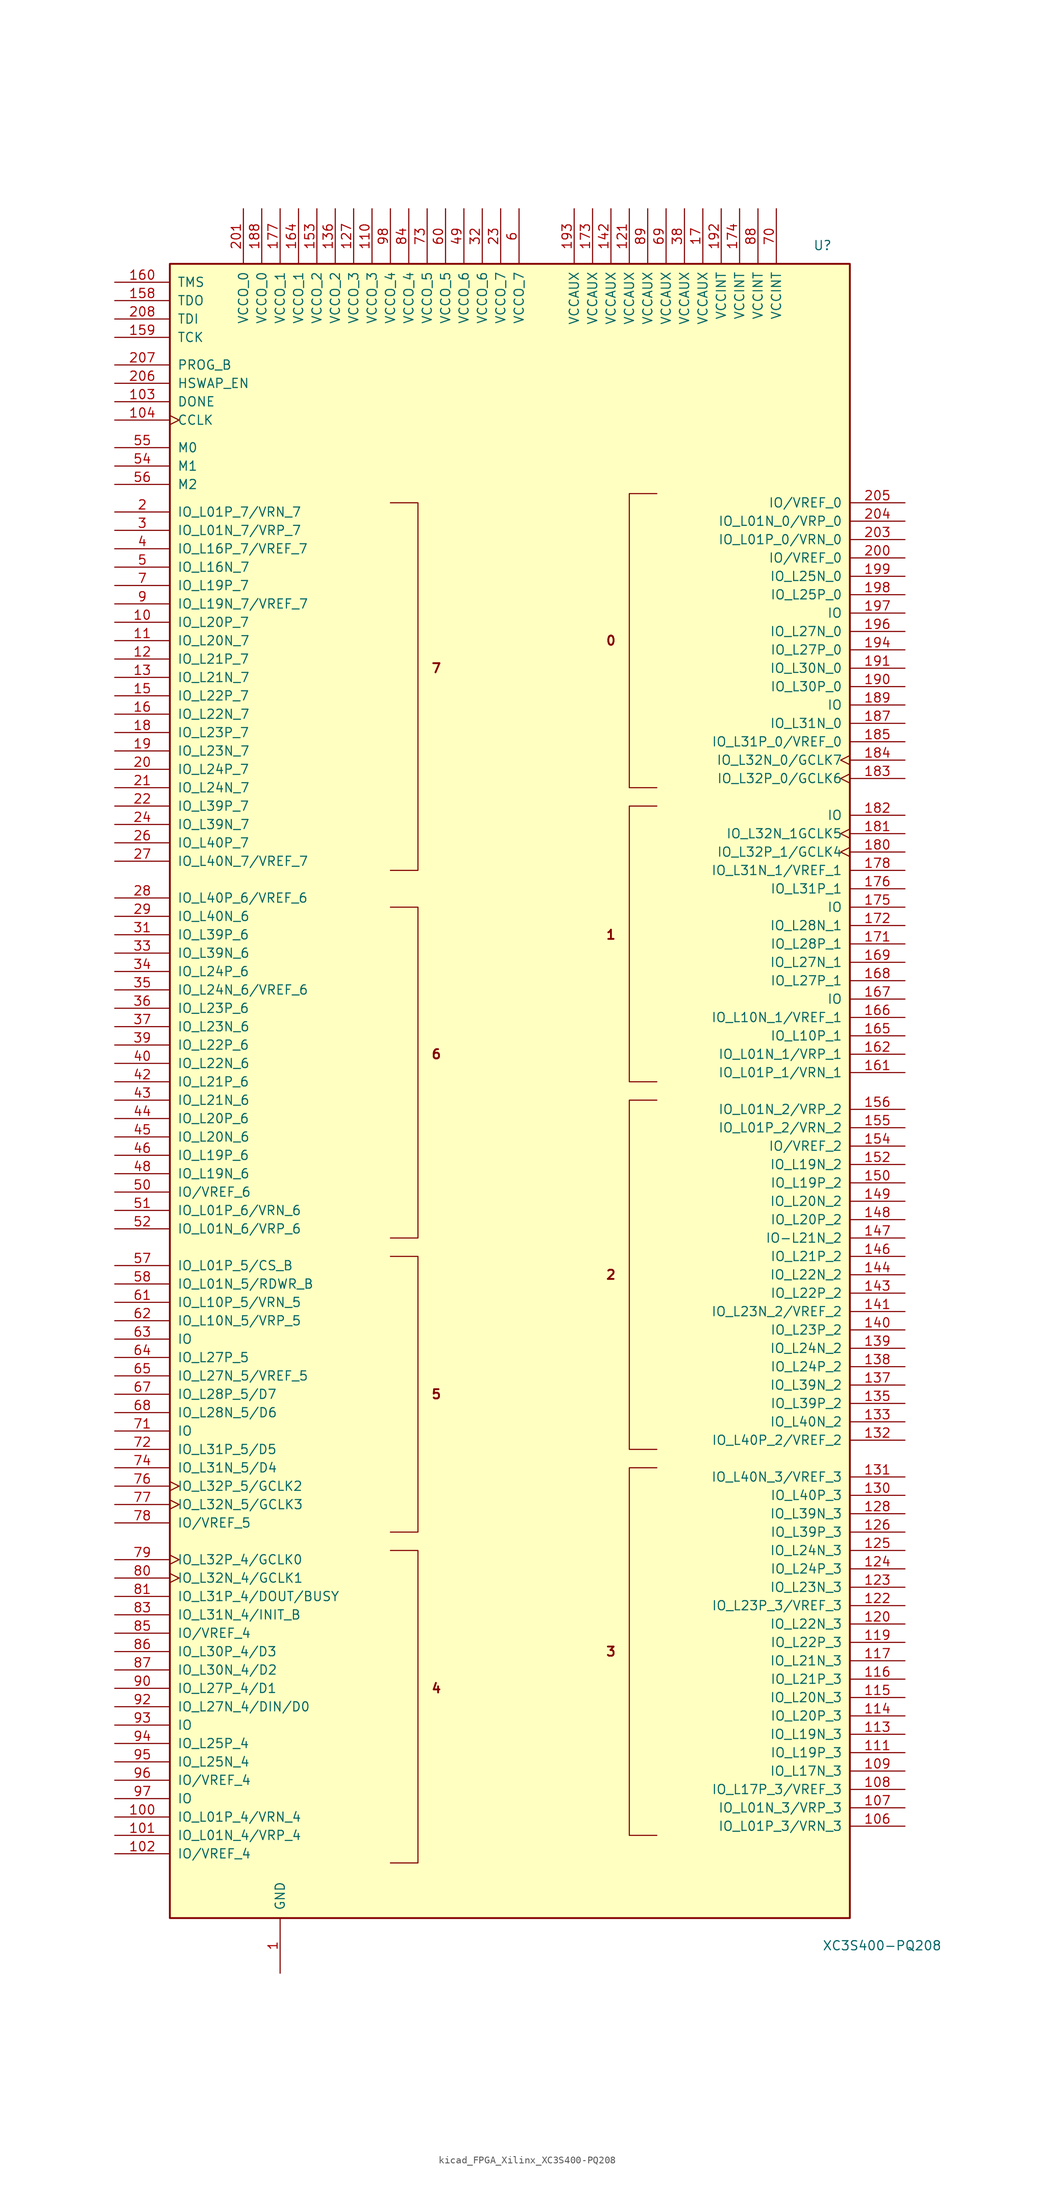
<source format=kicad_sym>
(kicad_symbol_lib
  (version 20220914)
  (generator kicad_symbol_editor)
  (symbol "kicad_FPGA_Xilinx_XC3S400-PQ208"
    (pin_names
      (offset 1.016))
    (property "Reference" "U"
      (at 41.91 116.84 0)
      (effects (font (size 1.27 1.27)) (justify left)))
    (property "Value" "XC3S400-PQ208"
      (at 43.18 -118.11 0)
      (effects (font (size 1.27 1.27)) (justify left)))
    (symbol "kicad_FPGA_Xilinx_XC3S400-PQ208_0_0"
      (text "0" (at 13.97 62.23 0) (effects (font (size 1.27 1.27) bold)))
      (text "1" (at 13.97 21.59 0) (effects (font (size 1.27 1.27) bold)))
      (text "2" (at 13.97 -25.4 0) (effects (font (size 1.27 1.27) bold)))
      (text "3" (at 13.97 -77.47 0) (effects (font (size 1.27 1.27) bold)))
      (text "4" (at -10.16 -82.55 0) (effects (font (size 1.27 1.27) bold)))
      (text "5" (at -10.16 -41.91 0) (effects (font (size 1.27 1.27) bold)))
      (text "6" (at -10.16 5.08 0) (effects (font (size 1.27 1.27) bold)))
      (text "7" (at -10.16 58.42 0) (effects (font (size 1.27 1.27) bold))))
    (symbol "kicad_FPGA_Xilinx_XC3S400-PQ208_0_1"
      (rectangle (start -46.99 114.3) (end 46.99 -114.3) (stroke (width 0.254) (type default)) (fill (type background)))
      (polyline (pts (xy -16.51 -63.5) (xy -12.7 -63.5) (xy -12.7 -106.68) (xy -16.51 -106.68) (xy -15.24 -106.68)) (stroke (width 0) (type default)) (fill (type none)))
      (polyline (pts (xy -16.51 -60.96) (xy -12.7 -60.96) (xy -12.7 -22.86) (xy -16.51 -22.86) (xy -16.51 -22.86)) (stroke (width 0) (type default)) (fill (type none)))
      (polyline (pts (xy -16.51 -20.32) (xy -12.7 -20.32) (xy -12.7 25.4) (xy -16.51 25.4) (xy -16.51 25.4)) (stroke (width 0) (type default)) (fill (type none)))
      (polyline (pts (xy -16.51 30.48) (xy -12.7 30.48) (xy -12.7 81.28) (xy -16.51 81.28) (xy -16.51 81.28)) (stroke (width 0) (type default)) (fill (type none)))
      (polyline (pts (xy 20.32 -52.07) (xy 16.51 -52.07) (xy 16.51 -102.87) (xy 20.32 -102.87) (xy 20.32 -102.87)) (stroke (width 0) (type default)) (fill (type none)))
      (polyline (pts (xy 20.32 -1.27) (xy 16.51 -1.27) (xy 16.51 -49.53) (xy 20.32 -49.53) (xy 20.32 -49.53)) (stroke (width 0) (type default)) (fill (type none)))
      (polyline (pts (xy 20.32 39.37) (xy 16.51 39.37) (xy 16.51 1.27) (xy 20.32 1.27) (xy 20.32 1.27)) (stroke (width 0) (type default)) (fill (type none)))
      (polyline (pts (xy 20.32 82.55) (xy 16.51 82.55) (xy 16.51 41.91) (xy 20.32 41.91) (xy 20.32 41.91)) (stroke (width 0) (type default)) (fill (type none))))
    (symbol "kicad_FPGA_Xilinx_XC3S400-PQ208_1_1"
      (pin power_in line (at -31.75 -121.92 90) (length 7.62) (name "GND" (effects (font (size 1.27 1.27)))) (number "1" (effects (font (size 1.27 1.27)))))
      (pin bidirectional line (at -54.61 64.77 0) (length 7.62) (name "IO_L20P_7" (effects (font (size 1.27 1.27)))) (number "10" (effects (font (size 1.27 1.27)))))
      (pin bidirectional line (at -54.61 -100.33 0) (length 7.62) (name "IO_L01P_4/VRN_4" (effects (font (size 1.27 1.27)))) (number "100" (effects (font (size 1.27 1.27)))))
      (pin bidirectional line (at -54.61 -102.87 0) (length 7.62) (name "IO_L01N_4/VRP_4" (effects (font (size 1.27 1.27)))) (number "101" (effects (font (size 1.27 1.27)))))
      (pin bidirectional line (at -54.61 -105.41 0) (length 7.62) (name "IO/VREF_4" (effects (font (size 1.27 1.27)))) (number "102" (effects (font (size 1.27 1.27)))))
      (pin bidirectional line (at -54.61 95.25 0) (length 7.62) (name "DONE" (effects (font (size 1.27 1.27)))) (number "103" (effects (font (size 1.27 1.27)))))
      (pin bidirectional clock (at -54.61 92.71 0) (length 7.62) (name "CCLK" (effects (font (size 1.27 1.27)))) (number "104" (effects (font (size 1.27 1.27)))))
      (pin passive line (at -31.75 -121.92 90) (length 7.62) hide (name "GND" (effects (font (size 1.27 1.27)))) (number "105" (effects (font (size 1.27 1.27)))))
      (pin bidirectional line (at 54.61 -101.6 180) (length 7.62) (name "IO_L01P_3/VRN_3" (effects (font (size 1.27 1.27)))) (number "106" (effects (font (size 1.27 1.27)))))
      (pin bidirectional line (at 54.61 -99.06 180) (length 7.62) (name "IO_L01N_3/VRP_3" (effects (font (size 1.27 1.27)))) (number "107" (effects (font (size 1.27 1.27)))))
      (pin bidirectional line (at 54.61 -96.52 180) (length 7.62) (name "IO_L17P_3/VREF_3" (effects (font (size 1.27 1.27)))) (number "108" (effects (font (size 1.27 1.27)))))
      (pin bidirectional line (at 54.61 -93.98 180) (length 7.62) (name "IO_L17N_3" (effects (font (size 1.27 1.27)))) (number "109" (effects (font (size 1.27 1.27)))))
      (pin bidirectional line (at -54.61 62.23 0) (length 7.62) (name "IO_L20N_7" (effects (font (size 1.27 1.27)))) (number "11" (effects (font (size 1.27 1.27)))))
      (pin power_in line (at -19.05 121.92 270) (length 7.62) (name "VCCO_3" (effects (font (size 1.27 1.27)))) (number "110" (effects (font (size 1.27 1.27)))))
      (pin bidirectional line (at 54.61 -91.44 180) (length 7.62) (name "IO_L19P_3" (effects (font (size 1.27 1.27)))) (number "111" (effects (font (size 1.27 1.27)))))
      (pin passive line (at -31.75 -121.92 90) (length 7.62) hide (name "GND" (effects (font (size 1.27 1.27)))) (number "112" (effects (font (size 1.27 1.27)))))
      (pin bidirectional line (at 54.61 -88.9 180) (length 7.62) (name "IO_L19N_3" (effects (font (size 1.27 1.27)))) (number "113" (effects (font (size 1.27 1.27)))))
      (pin bidirectional line (at 54.61 -86.36 180) (length 7.62) (name "IO_L20P_3" (effects (font (size 1.27 1.27)))) (number "114" (effects (font (size 1.27 1.27)))))
      (pin bidirectional line (at 54.61 -83.82 180) (length 7.62) (name "IO_L20N_3" (effects (font (size 1.27 1.27)))) (number "115" (effects (font (size 1.27 1.27)))))
      (pin bidirectional line (at 54.61 -81.28 180) (length 7.62) (name "IO_L21P_3" (effects (font (size 1.27 1.27)))) (number "116" (effects (font (size 1.27 1.27)))))
      (pin bidirectional line (at 54.61 -78.74 180) (length 7.62) (name "IO_L21N_3" (effects (font (size 1.27 1.27)))) (number "117" (effects (font (size 1.27 1.27)))))
      (pin passive line (at -31.75 -121.92 90) (length 7.62) hide (name "GND" (effects (font (size 1.27 1.27)))) (number "118" (effects (font (size 1.27 1.27)))))
      (pin bidirectional line (at 54.61 -76.2 180) (length 7.62) (name "IO_L22P_3" (effects (font (size 1.27 1.27)))) (number "119" (effects (font (size 1.27 1.27)))))
      (pin bidirectional line (at -54.61 59.69 0) (length 7.62) (name "IO_L21P_7" (effects (font (size 1.27 1.27)))) (number "12" (effects (font (size 1.27 1.27)))))
      (pin bidirectional line (at 54.61 -73.66 180) (length 7.62) (name "IO_L22N_3" (effects (font (size 1.27 1.27)))) (number "120" (effects (font (size 1.27 1.27)))))
      (pin power_in line (at 16.51 121.92 270) (length 7.62) (name "VCCAUX" (effects (font (size 1.27 1.27)))) (number "121" (effects (font (size 1.27 1.27)))))
      (pin bidirectional line (at 54.61 -71.12 180) (length 7.62) (name "IO_L23P_3/VREF_3" (effects (font (size 1.27 1.27)))) (number "122" (effects (font (size 1.27 1.27)))))
      (pin bidirectional line (at 54.61 -68.58 180) (length 7.62) (name "IO_L23N_3" (effects (font (size 1.27 1.27)))) (number "123" (effects (font (size 1.27 1.27)))))
      (pin bidirectional line (at 54.61 -66.04 180) (length 7.62) (name "IO_L24P_3" (effects (font (size 1.27 1.27)))) (number "124" (effects (font (size 1.27 1.27)))))
      (pin bidirectional line (at 54.61 -63.5 180) (length 7.62) (name "IO_L24N_3" (effects (font (size 1.27 1.27)))) (number "125" (effects (font (size 1.27 1.27)))))
      (pin bidirectional line (at 54.61 -60.96 180) (length 7.62) (name "IO_L39P_3" (effects (font (size 1.27 1.27)))) (number "126" (effects (font (size 1.27 1.27)))))
      (pin power_in line (at -21.59 121.92 270) (length 7.62) (name "VCCO_3" (effects (font (size 1.27 1.27)))) (number "127" (effects (font (size 1.27 1.27)))))
      (pin bidirectional line (at 54.61 -58.42 180) (length 7.62) (name "IO_L39N_3" (effects (font (size 1.27 1.27)))) (number "128" (effects (font (size 1.27 1.27)))))
      (pin passive line (at -31.75 -121.92 90) (length 7.62) hide (name "GND" (effects (font (size 1.27 1.27)))) (number "129" (effects (font (size 1.27 1.27)))))
      (pin bidirectional line (at -54.61 57.15 0) (length 7.62) (name "IO_L21N_7" (effects (font (size 1.27 1.27)))) (number "13" (effects (font (size 1.27 1.27)))))
      (pin bidirectional line (at 54.61 -55.88 180) (length 7.62) (name "IO_L40P_3" (effects (font (size 1.27 1.27)))) (number "130" (effects (font (size 1.27 1.27)))))
      (pin bidirectional line (at 54.61 -53.34 180) (length 7.62) (name "IO_L40N_3/VREF_3" (effects (font (size 1.27 1.27)))) (number "131" (effects (font (size 1.27 1.27)))))
      (pin bidirectional line (at 54.61 -48.26 180) (length 7.62) (name "IO_L40P_2/VREF_2" (effects (font (size 1.27 1.27)))) (number "132" (effects (font (size 1.27 1.27)))))
      (pin bidirectional line (at 54.61 -45.72 180) (length 7.62) (name "IO_L40N_2" (effects (font (size 1.27 1.27)))) (number "133" (effects (font (size 1.27 1.27)))))
      (pin passive line (at -31.75 -121.92 90) (length 7.62) hide (name "GND" (effects (font (size 1.27 1.27)))) (number "134" (effects (font (size 1.27 1.27)))))
      (pin bidirectional line (at 54.61 -43.18 180) (length 7.62) (name "IO_L39P_2" (effects (font (size 1.27 1.27)))) (number "135" (effects (font (size 1.27 1.27)))))
      (pin power_in line (at -24.13 121.92 270) (length 7.62) (name "VCCO_2" (effects (font (size 1.27 1.27)))) (number "136" (effects (font (size 1.27 1.27)))))
      (pin bidirectional line (at 54.61 -40.64 180) (length 7.62) (name "IO_L39N_2" (effects (font (size 1.27 1.27)))) (number "137" (effects (font (size 1.27 1.27)))))
      (pin bidirectional line (at 54.61 -38.1 180) (length 7.62) (name "IO_L24P_2" (effects (font (size 1.27 1.27)))) (number "138" (effects (font (size 1.27 1.27)))))
      (pin bidirectional line (at 54.61 -35.56 180) (length 7.62) (name "IO_L24N_2" (effects (font (size 1.27 1.27)))) (number "139" (effects (font (size 1.27 1.27)))))
      (pin passive line (at -31.75 -121.92 90) (length 7.62) hide (name "GND" (effects (font (size 1.27 1.27)))) (number "14" (effects (font (size 1.27 1.27)))))
      (pin bidirectional line (at 54.61 -33.02 180) (length 7.62) (name "IO_L23P_2" (effects (font (size 1.27 1.27)))) (number "140" (effects (font (size 1.27 1.27)))))
      (pin bidirectional line (at 54.61 -30.48 180) (length 7.62) (name "IO_L23N_2/VREF_2" (effects (font (size 1.27 1.27)))) (number "141" (effects (font (size 1.27 1.27)))))
      (pin power_in line (at 13.97 121.92 270) (length 7.62) (name "VCCAUX" (effects (font (size 1.27 1.27)))) (number "142" (effects (font (size 1.27 1.27)))))
      (pin bidirectional line (at 54.61 -27.94 180) (length 7.62) (name "IO_L22P_2" (effects (font (size 1.27 1.27)))) (number "143" (effects (font (size 1.27 1.27)))))
      (pin bidirectional line (at 54.61 -25.4 180) (length 7.62) (name "IO_L22N_2" (effects (font (size 1.27 1.27)))) (number "144" (effects (font (size 1.27 1.27)))))
      (pin passive line (at -31.75 -121.92 90) (length 7.62) hide (name "GND" (effects (font (size 1.27 1.27)))) (number "145" (effects (font (size 1.27 1.27)))))
      (pin bidirectional line (at 54.61 -22.86 180) (length 7.62) (name "IO_L21P_2" (effects (font (size 1.27 1.27)))) (number "146" (effects (font (size 1.27 1.27)))))
      (pin bidirectional line (at 54.61 -20.32 180) (length 7.62) (name "IO-L21N_2" (effects (font (size 1.27 1.27)))) (number "147" (effects (font (size 1.27 1.27)))))
      (pin bidirectional line (at 54.61 -17.78 180) (length 7.62) (name "IO_L20P_2" (effects (font (size 1.27 1.27)))) (number "148" (effects (font (size 1.27 1.27)))))
      (pin bidirectional line (at 54.61 -15.24 180) (length 7.62) (name "IO_L20N_2" (effects (font (size 1.27 1.27)))) (number "149" (effects (font (size 1.27 1.27)))))
      (pin bidirectional line (at -54.61 54.61 0) (length 7.62) (name "IO_L22P_7" (effects (font (size 1.27 1.27)))) (number "15" (effects (font (size 1.27 1.27)))))
      (pin bidirectional line (at 54.61 -12.7 180) (length 7.62) (name "IO_L19P_2" (effects (font (size 1.27 1.27)))) (number "150" (effects (font (size 1.27 1.27)))))
      (pin passive line (at -31.75 -121.92 90) (length 7.62) hide (name "GND" (effects (font (size 1.27 1.27)))) (number "151" (effects (font (size 1.27 1.27)))))
      (pin bidirectional line (at 54.61 -10.16 180) (length 7.62) (name "IO_L19N_2" (effects (font (size 1.27 1.27)))) (number "152" (effects (font (size 1.27 1.27)))))
      (pin power_in line (at -26.67 121.92 270) (length 7.62) (name "VCCO_2" (effects (font (size 1.27 1.27)))) (number "153" (effects (font (size 1.27 1.27)))))
      (pin bidirectional line (at 54.61 -7.62 180) (length 7.62) (name "IO/VREF_2" (effects (font (size 1.27 1.27)))) (number "154" (effects (font (size 1.27 1.27)))))
      (pin bidirectional line (at 54.61 -5.08 180) (length 7.62) (name "IO_L01P_2/VRN_2" (effects (font (size 1.27 1.27)))) (number "155" (effects (font (size 1.27 1.27)))))
      (pin bidirectional line (at 54.61 -2.54 180) (length 7.62) (name "IO_L01N_2/VRP_2" (effects (font (size 1.27 1.27)))) (number "156" (effects (font (size 1.27 1.27)))))
      (pin passive line (at -31.75 -121.92 90) (length 7.62) hide (name "GND" (effects (font (size 1.27 1.27)))) (number "157" (effects (font (size 1.27 1.27)))))
      (pin bidirectional line (at -54.61 109.22 0) (length 7.62) (name "TDO" (effects (font (size 1.27 1.27)))) (number "158" (effects (font (size 1.27 1.27)))))
      (pin bidirectional line (at -54.61 104.14 0) (length 7.62) (name "TCK" (effects (font (size 1.27 1.27)))) (number "159" (effects (font (size 1.27 1.27)))))
      (pin bidirectional line (at -54.61 52.07 0) (length 7.62) (name "IO_L22N_7" (effects (font (size 1.27 1.27)))) (number "16" (effects (font (size 1.27 1.27)))))
      (pin bidirectional line (at -54.61 111.76 0) (length 7.62) (name "TMS" (effects (font (size 1.27 1.27)))) (number "160" (effects (font (size 1.27 1.27)))))
      (pin bidirectional line (at 54.61 2.54 180) (length 7.62) (name "IO_L01P_1/VRN_1" (effects (font (size 1.27 1.27)))) (number "161" (effects (font (size 1.27 1.27)))))
      (pin bidirectional line (at 54.61 5.08 180) (length 7.62) (name "IO_L01N_1/VRP_1" (effects (font (size 1.27 1.27)))) (number "162" (effects (font (size 1.27 1.27)))))
      (pin passive line (at -31.75 -121.92 90) (length 7.62) hide (name "GND" (effects (font (size 1.27 1.27)))) (number "163" (effects (font (size 1.27 1.27)))))
      (pin power_in line (at -29.21 121.92 270) (length 7.62) (name "VCCO_1" (effects (font (size 1.27 1.27)))) (number "164" (effects (font (size 1.27 1.27)))))
      (pin bidirectional line (at 54.61 7.62 180) (length 7.62) (name "IO_L10P_1" (effects (font (size 1.27 1.27)))) (number "165" (effects (font (size 1.27 1.27)))))
      (pin bidirectional line (at 54.61 10.16 180) (length 7.62) (name "IO_L10N_1/VREF_1" (effects (font (size 1.27 1.27)))) (number "166" (effects (font (size 1.27 1.27)))))
      (pin bidirectional line (at 54.61 12.7 180) (length 7.62) (name "IO" (effects (font (size 1.27 1.27)))) (number "167" (effects (font (size 1.27 1.27)))))
      (pin bidirectional line (at 54.61 15.24 180) (length 7.62) (name "IO_L27P_1" (effects (font (size 1.27 1.27)))) (number "168" (effects (font (size 1.27 1.27)))))
      (pin bidirectional line (at 54.61 17.78 180) (length 7.62) (name "IO_L27N_1" (effects (font (size 1.27 1.27)))) (number "169" (effects (font (size 1.27 1.27)))))
      (pin power_in line (at 26.67 121.92 270) (length 7.62) (name "VCCAUX" (effects (font (size 1.27 1.27)))) (number "17" (effects (font (size 1.27 1.27)))))
      (pin passive line (at -31.75 -121.92 90) (length 7.62) hide (name "GND" (effects (font (size 1.27 1.27)))) (number "170" (effects (font (size 1.27 1.27)))))
      (pin bidirectional line (at 54.61 20.32 180) (length 7.62) (name "IO_L28P_1" (effects (font (size 1.27 1.27)))) (number "171" (effects (font (size 1.27 1.27)))))
      (pin bidirectional line (at 54.61 22.86 180) (length 7.62) (name "IO_L28N_1" (effects (font (size 1.27 1.27)))) (number "172" (effects (font (size 1.27 1.27)))))
      (pin power_in line (at 11.43 121.92 270) (length 7.62) (name "VCCAUX" (effects (font (size 1.27 1.27)))) (number "173" (effects (font (size 1.27 1.27)))))
      (pin power_in line (at 31.75 121.92 270) (length 7.62) (name "VCCINT" (effects (font (size 1.27 1.27)))) (number "174" (effects (font (size 1.27 1.27)))))
      (pin bidirectional line (at 54.61 25.4 180) (length 7.62) (name "IO" (effects (font (size 1.27 1.27)))) (number "175" (effects (font (size 1.27 1.27)))))
      (pin bidirectional line (at 54.61 27.94 180) (length 7.62) (name "IO_L31P_1" (effects (font (size 1.27 1.27)))) (number "176" (effects (font (size 1.27 1.27)))))
      (pin power_in line (at -31.75 121.92 270) (length 7.62) (name "VCCO_1" (effects (font (size 1.27 1.27)))) (number "177" (effects (font (size 1.27 1.27)))))
      (pin bidirectional line (at 54.61 30.48 180) (length 7.62) (name "IO_L31N_1/VREF_1" (effects (font (size 1.27 1.27)))) (number "178" (effects (font (size 1.27 1.27)))))
      (pin passive line (at -31.75 -121.92 90) (length 7.62) hide (name "GND" (effects (font (size 1.27 1.27)))) (number "179" (effects (font (size 1.27 1.27)))))
      (pin bidirectional line (at -54.61 49.53 0) (length 7.62) (name "IO_L23P_7" (effects (font (size 1.27 1.27)))) (number "18" (effects (font (size 1.27 1.27)))))
      (pin bidirectional clock (at 54.61 33.02 180) (length 7.62) (name "IO_L32P_1/GCLK4" (effects (font (size 1.27 1.27)))) (number "180" (effects (font (size 1.27 1.27)))))
      (pin bidirectional clock (at 54.61 35.56 180) (length 7.62) (name "IO_L32N_1GCLK5" (effects (font (size 1.27 1.27)))) (number "181" (effects (font (size 1.27 1.27)))))
      (pin bidirectional line (at 54.61 38.1 180) (length 7.62) (name "IO" (effects (font (size 1.27 1.27)))) (number "182" (effects (font (size 1.27 1.27)))))
      (pin bidirectional clock (at 54.61 43.18 180) (length 7.62) (name "IO_L32P_0/GCLK6" (effects (font (size 1.27 1.27)))) (number "183" (effects (font (size 1.27 1.27)))))
      (pin bidirectional clock (at 54.61 45.72 180) (length 7.62) (name "IO_L32N_0/GCLK7" (effects (font (size 1.27 1.27)))) (number "184" (effects (font (size 1.27 1.27)))))
      (pin bidirectional line (at 54.61 48.26 180) (length 7.62) (name "IO_L31P_0/VREF_0" (effects (font (size 1.27 1.27)))) (number "185" (effects (font (size 1.27 1.27)))))
      (pin passive line (at -31.75 -121.92 90) (length 7.62) hide (name "GND" (effects (font (size 1.27 1.27)))) (number "186" (effects (font (size 1.27 1.27)))))
      (pin bidirectional line (at 54.61 50.8 180) (length 7.62) (name "IO_L31N_0" (effects (font (size 1.27 1.27)))) (number "187" (effects (font (size 1.27 1.27)))))
      (pin power_in line (at -34.29 121.92 270) (length 7.62) (name "VCCO_0" (effects (font (size 1.27 1.27)))) (number "188" (effects (font (size 1.27 1.27)))))
      (pin bidirectional line (at 54.61 53.34 180) (length 7.62) (name "IO" (effects (font (size 1.27 1.27)))) (number "189" (effects (font (size 1.27 1.27)))))
      (pin bidirectional line (at -54.61 46.99 0) (length 7.62) (name "IO_L23N_7" (effects (font (size 1.27 1.27)))) (number "19" (effects (font (size 1.27 1.27)))))
      (pin bidirectional line (at 54.61 55.88 180) (length 7.62) (name "IO_L30P_0" (effects (font (size 1.27 1.27)))) (number "190" (effects (font (size 1.27 1.27)))))
      (pin bidirectional line (at 54.61 58.42 180) (length 7.62) (name "IO_L30N_0" (effects (font (size 1.27 1.27)))) (number "191" (effects (font (size 1.27 1.27)))))
      (pin power_in line (at 29.21 121.92 270) (length 7.62) (name "VCCINT" (effects (font (size 1.27 1.27)))) (number "192" (effects (font (size 1.27 1.27)))))
      (pin power_in line (at 8.89 121.92 270) (length 7.62) (name "VCCAUX" (effects (font (size 1.27 1.27)))) (number "193" (effects (font (size 1.27 1.27)))))
      (pin bidirectional line (at 54.61 60.96 180) (length 7.62) (name "IO_L27P_0" (effects (font (size 1.27 1.27)))) (number "194" (effects (font (size 1.27 1.27)))))
      (pin passive line (at -31.75 -121.92 90) (length 7.62) hide (name "GND" (effects (font (size 1.27 1.27)))) (number "195" (effects (font (size 1.27 1.27)))))
      (pin bidirectional line (at 54.61 63.5 180) (length 7.62) (name "IO_L27N_0" (effects (font (size 1.27 1.27)))) (number "196" (effects (font (size 1.27 1.27)))))
      (pin bidirectional line (at 54.61 66.04 180) (length 7.62) (name "IO" (effects (font (size 1.27 1.27)))) (number "197" (effects (font (size 1.27 1.27)))))
      (pin bidirectional line (at 54.61 68.58 180) (length 7.62) (name "IO_L25P_0" (effects (font (size 1.27 1.27)))) (number "198" (effects (font (size 1.27 1.27)))))
      (pin bidirectional line (at 54.61 71.12 180) (length 7.62) (name "IO_L25N_0" (effects (font (size 1.27 1.27)))) (number "199" (effects (font (size 1.27 1.27)))))
      (pin bidirectional line (at -54.61 80.01 0) (length 7.62) (name "IO_L01P_7/VRN_7" (effects (font (size 1.27 1.27)))) (number "2" (effects (font (size 1.27 1.27)))))
      (pin bidirectional line (at -54.61 44.45 0) (length 7.62) (name "IO_L24P_7" (effects (font (size 1.27 1.27)))) (number "20" (effects (font (size 1.27 1.27)))))
      (pin bidirectional line (at 54.61 73.66 180) (length 7.62) (name "IO/VREF_0" (effects (font (size 1.27 1.27)))) (number "200" (effects (font (size 1.27 1.27)))))
      (pin power_in line (at -36.83 121.92 270) (length 7.62) (name "VCCO_0" (effects (font (size 1.27 1.27)))) (number "201" (effects (font (size 1.27 1.27)))))
      (pin passive line (at -31.75 -121.92 90) (length 7.62) hide (name "GND" (effects (font (size 1.27 1.27)))) (number "202" (effects (font (size 1.27 1.27)))))
      (pin bidirectional line (at 54.61 76.2 180) (length 7.62) (name "IO_L01P_0/VRN_0" (effects (font (size 1.27 1.27)))) (number "203" (effects (font (size 1.27 1.27)))))
      (pin bidirectional line (at 54.61 78.74 180) (length 7.62) (name "IO_L01N_0/VRP_0" (effects (font (size 1.27 1.27)))) (number "204" (effects (font (size 1.27 1.27)))))
      (pin bidirectional line (at 54.61 81.28 180) (length 7.62) (name "IO/VREF_0" (effects (font (size 1.27 1.27)))) (number "205" (effects (font (size 1.27 1.27)))))
      (pin input line (at -54.61 97.79 0) (length 7.62) (name "HSWAP_EN" (effects (font (size 1.27 1.27)))) (number "206" (effects (font (size 1.27 1.27)))))
      (pin input line (at -54.61 100.33 0) (length 7.62) (name "PROG_B" (effects (font (size 1.27 1.27)))) (number "207" (effects (font (size 1.27 1.27)))))
      (pin bidirectional line (at -54.61 106.68 0) (length 7.62) (name "TDI" (effects (font (size 1.27 1.27)))) (number "208" (effects (font (size 1.27 1.27)))))
      (pin bidirectional line (at -54.61 41.91 0) (length 7.62) (name "IO_L24N_7" (effects (font (size 1.27 1.27)))) (number "21" (effects (font (size 1.27 1.27)))))
      (pin bidirectional line (at -54.61 39.37 0) (length 7.62) (name "IO_L39P_7" (effects (font (size 1.27 1.27)))) (number "22" (effects (font (size 1.27 1.27)))))
      (pin power_in line (at -1.27 121.92 270) (length 7.62) (name "VCCO_7" (effects (font (size 1.27 1.27)))) (number "23" (effects (font (size 1.27 1.27)))))
      (pin bidirectional line (at -54.61 36.83 0) (length 7.62) (name "IO_L39N_7" (effects (font (size 1.27 1.27)))) (number "24" (effects (font (size 1.27 1.27)))))
      (pin passive line (at -31.75 -121.92 90) (length 7.62) hide (name "GND" (effects (font (size 1.27 1.27)))) (number "25" (effects (font (size 1.27 1.27)))))
      (pin bidirectional line (at -54.61 34.29 0) (length 7.62) (name "IO_L40P_7" (effects (font (size 1.27 1.27)))) (number "26" (effects (font (size 1.27 1.27)))))
      (pin bidirectional line (at -54.61 31.75 0) (length 7.62) (name "IO_L40N_7/VREF_7" (effects (font (size 1.27 1.27)))) (number "27" (effects (font (size 1.27 1.27)))))
      (pin bidirectional line (at -54.61 26.67 0) (length 7.62) (name "IO_L40P_6/VREF_6" (effects (font (size 1.27 1.27)))) (number "28" (effects (font (size 1.27 1.27)))))
      (pin bidirectional line (at -54.61 24.13 0) (length 7.62) (name "IO_L40N_6" (effects (font (size 1.27 1.27)))) (number "29" (effects (font (size 1.27 1.27)))))
      (pin bidirectional line (at -54.61 77.47 0) (length 7.62) (name "IO_L01N_7/VRP_7" (effects (font (size 1.27 1.27)))) (number "3" (effects (font (size 1.27 1.27)))))
      (pin passive line (at -31.75 -121.92 90) (length 7.62) hide (name "GND" (effects (font (size 1.27 1.27)))) (number "30" (effects (font (size 1.27 1.27)))))
      (pin bidirectional line (at -54.61 21.59 0) (length 7.62) (name "IO_L39P_6" (effects (font (size 1.27 1.27)))) (number "31" (effects (font (size 1.27 1.27)))))
      (pin power_in line (at -3.81 121.92 270) (length 7.62) (name "VCCO_6" (effects (font (size 1.27 1.27)))) (number "32" (effects (font (size 1.27 1.27)))))
      (pin bidirectional line (at -54.61 19.05 0) (length 7.62) (name "IO_L39N_6" (effects (font (size 1.27 1.27)))) (number "33" (effects (font (size 1.27 1.27)))))
      (pin bidirectional line (at -54.61 16.51 0) (length 7.62) (name "IO_L24P_6" (effects (font (size 1.27 1.27)))) (number "34" (effects (font (size 1.27 1.27)))))
      (pin bidirectional line (at -54.61 13.97 0) (length 7.62) (name "IO_L24N_6/VREF_6" (effects (font (size 1.27 1.27)))) (number "35" (effects (font (size 1.27 1.27)))))
      (pin bidirectional line (at -54.61 11.43 0) (length 7.62) (name "IO_L23P_6" (effects (font (size 1.27 1.27)))) (number "36" (effects (font (size 1.27 1.27)))))
      (pin bidirectional line (at -54.61 8.89 0) (length 7.62) (name "IO_L23N_6" (effects (font (size 1.27 1.27)))) (number "37" (effects (font (size 1.27 1.27)))))
      (pin power_in line (at 24.13 121.92 270) (length 7.62) (name "VCCAUX" (effects (font (size 1.27 1.27)))) (number "38" (effects (font (size 1.27 1.27)))))
      (pin bidirectional line (at -54.61 6.35 0) (length 7.62) (name "IO_L22P_6" (effects (font (size 1.27 1.27)))) (number "39" (effects (font (size 1.27 1.27)))))
      (pin bidirectional line (at -54.61 74.93 0) (length 7.62) (name "IO_L16P_7/VREF_7" (effects (font (size 1.27 1.27)))) (number "4" (effects (font (size 1.27 1.27)))))
      (pin bidirectional line (at -54.61 3.81 0) (length 7.62) (name "IO_L22N_6" (effects (font (size 1.27 1.27)))) (number "40" (effects (font (size 1.27 1.27)))))
      (pin passive line (at -31.75 -121.92 90) (length 7.62) hide (name "GND" (effects (font (size 1.27 1.27)))) (number "41" (effects (font (size 1.27 1.27)))))
      (pin bidirectional line (at -54.61 1.27 0) (length 7.62) (name "IO_L21P_6" (effects (font (size 1.27 1.27)))) (number "42" (effects (font (size 1.27 1.27)))))
      (pin bidirectional line (at -54.61 -1.27 0) (length 7.62) (name "IO_L21N_6" (effects (font (size 1.27 1.27)))) (number "43" (effects (font (size 1.27 1.27)))))
      (pin bidirectional line (at -54.61 -3.81 0) (length 7.62) (name "IO_L20P_6" (effects (font (size 1.27 1.27)))) (number "44" (effects (font (size 1.27 1.27)))))
      (pin bidirectional line (at -54.61 -6.35 0) (length 7.62) (name "IO_L20N_6" (effects (font (size 1.27 1.27)))) (number "45" (effects (font (size 1.27 1.27)))))
      (pin bidirectional line (at -54.61 -8.89 0) (length 7.62) (name "IO_L19P_6" (effects (font (size 1.27 1.27)))) (number "46" (effects (font (size 1.27 1.27)))))
      (pin passive line (at -31.75 -121.92 90) (length 7.62) hide (name "GND" (effects (font (size 1.27 1.27)))) (number "47" (effects (font (size 1.27 1.27)))))
      (pin bidirectional line (at -54.61 -11.43 0) (length 7.62) (name "IO_L19N_6" (effects (font (size 1.27 1.27)))) (number "48" (effects (font (size 1.27 1.27)))))
      (pin passive line (at -6.35 121.92 270) (length 7.62) (name "VCCO_6" (effects (font (size 1.27 1.27)))) (number "49" (effects (font (size 1.27 1.27)))))
      (pin bidirectional line (at -54.61 72.39 0) (length 7.62) (name "IO_L16N_7" (effects (font (size 1.27 1.27)))) (number "5" (effects (font (size 1.27 1.27)))))
      (pin bidirectional line (at -54.61 -13.97 0) (length 7.62) (name "IO/VREF_6" (effects (font (size 1.27 1.27)))) (number "50" (effects (font (size 1.27 1.27)))))
      (pin bidirectional line (at -54.61 -16.51 0) (length 7.62) (name "IO_L01P_6/VRN_6" (effects (font (size 1.27 1.27)))) (number "51" (effects (font (size 1.27 1.27)))))
      (pin bidirectional line (at -54.61 -19.05 0) (length 7.62) (name "IO_L01N_6/VRP_6" (effects (font (size 1.27 1.27)))) (number "52" (effects (font (size 1.27 1.27)))))
      (pin passive line (at -31.75 -121.92 90) (length 7.62) hide (name "GND" (effects (font (size 1.27 1.27)))) (number "53" (effects (font (size 1.27 1.27)))))
      (pin input line (at -54.61 86.36 0) (length 7.62) (name "M1" (effects (font (size 1.27 1.27)))) (number "54" (effects (font (size 1.27 1.27)))))
      (pin input line (at -54.61 88.9 0) (length 7.62) (name "M0" (effects (font (size 1.27 1.27)))) (number "55" (effects (font (size 1.27 1.27)))))
      (pin input line (at -54.61 83.82 0) (length 7.62) (name "M2" (effects (font (size 1.27 1.27)))) (number "56" (effects (font (size 1.27 1.27)))))
      (pin bidirectional line (at -54.61 -24.13 0) (length 7.62) (name "IO_L01P_5/CS_B" (effects (font (size 1.27 1.27)))) (number "57" (effects (font (size 1.27 1.27)))))
      (pin bidirectional line (at -54.61 -26.67 0) (length 7.62) (name "IO_L01N_5/RDWR_B" (effects (font (size 1.27 1.27)))) (number "58" (effects (font (size 1.27 1.27)))))
      (pin passive line (at -31.75 -121.92 90) (length 7.62) hide (name "GND" (effects (font (size 1.27 1.27)))) (number "59" (effects (font (size 1.27 1.27)))))
      (pin power_in line (at 1.27 121.92 270) (length 7.62) (name "VCCO_7" (effects (font (size 1.27 1.27)))) (number "6" (effects (font (size 1.27 1.27)))))
      (pin power_in line (at -8.89 121.92 270) (length 7.62) (name "VCCO_5" (effects (font (size 1.27 1.27)))) (number "60" (effects (font (size 1.27 1.27)))))
      (pin bidirectional line (at -54.61 -29.21 0) (length 7.62) (name "IO_L10P_5/VRN_5" (effects (font (size 1.27 1.27)))) (number "61" (effects (font (size 1.27 1.27)))))
      (pin bidirectional line (at -54.61 -31.75 0) (length 7.62) (name "IO_L10N_5/VRP_5" (effects (font (size 1.27 1.27)))) (number "62" (effects (font (size 1.27 1.27)))))
      (pin bidirectional line (at -54.61 -34.29 0) (length 7.62) (name "IO" (effects (font (size 1.27 1.27)))) (number "63" (effects (font (size 1.27 1.27)))))
      (pin bidirectional line (at -54.61 -36.83 0) (length 7.62) (name "IO_L27P_5" (effects (font (size 1.27 1.27)))) (number "64" (effects (font (size 1.27 1.27)))))
      (pin bidirectional line (at -54.61 -39.37 0) (length 7.62) (name "IO_L27N_5/VREF_5" (effects (font (size 1.27 1.27)))) (number "65" (effects (font (size 1.27 1.27)))))
      (pin passive line (at -31.75 -121.92 90) (length 7.62) hide (name "GND" (effects (font (size 1.27 1.27)))) (number "66" (effects (font (size 1.27 1.27)))))
      (pin bidirectional line (at -54.61 -41.91 0) (length 7.62) (name "IO_L28P_5/D7" (effects (font (size 1.27 1.27)))) (number "67" (effects (font (size 1.27 1.27)))))
      (pin bidirectional line (at -54.61 -44.45 0) (length 7.62) (name "IO_L28N_5/D6" (effects (font (size 1.27 1.27)))) (number "68" (effects (font (size 1.27 1.27)))))
      (pin power_in line (at 21.59 121.92 270) (length 7.62) (name "VCCAUX" (effects (font (size 1.27 1.27)))) (number "69" (effects (font (size 1.27 1.27)))))
      (pin bidirectional line (at -54.61 69.85 0) (length 7.62) (name "IO_L19P_7" (effects (font (size 1.27 1.27)))) (number "7" (effects (font (size 1.27 1.27)))))
      (pin power_in line (at 36.83 121.92 270) (length 7.62) (name "VCCINT" (effects (font (size 1.27 1.27)))) (number "70" (effects (font (size 1.27 1.27)))))
      (pin bidirectional line (at -54.61 -46.99 0) (length 7.62) (name "IO" (effects (font (size 1.27 1.27)))) (number "71" (effects (font (size 1.27 1.27)))))
      (pin bidirectional line (at -54.61 -49.53 0) (length 7.62) (name "IO_L31P_5/D5" (effects (font (size 1.27 1.27)))) (number "72" (effects (font (size 1.27 1.27)))))
      (pin power_in line (at -11.43 121.92 270) (length 7.62) (name "VCCO_5" (effects (font (size 1.27 1.27)))) (number "73" (effects (font (size 1.27 1.27)))))
      (pin bidirectional line (at -54.61 -52.07 0) (length 7.62) (name "IO_L31N_5/D4" (effects (font (size 1.27 1.27)))) (number "74" (effects (font (size 1.27 1.27)))))
      (pin passive line (at -31.75 -121.92 90) (length 7.62) hide (name "GND" (effects (font (size 1.27 1.27)))) (number "75" (effects (font (size 1.27 1.27)))))
      (pin bidirectional clock (at -54.61 -54.61 0) (length 7.62) (name "IO_L32P_5/GCLK2" (effects (font (size 1.27 1.27)))) (number "76" (effects (font (size 1.27 1.27)))))
      (pin bidirectional clock (at -54.61 -57.15 0) (length 7.62) (name "IO_L32N_5/GCLK3" (effects (font (size 1.27 1.27)))) (number "77" (effects (font (size 1.27 1.27)))))
      (pin bidirectional line (at -54.61 -59.69 0) (length 7.62) (name "IO/VREF_5" (effects (font (size 1.27 1.27)))) (number "78" (effects (font (size 1.27 1.27)))))
      (pin bidirectional clock (at -54.61 -64.77 0) (length 7.62) (name "IO_L32P_4/GCLK0" (effects (font (size 1.27 1.27)))) (number "79" (effects (font (size 1.27 1.27)))))
      (pin passive line (at -31.75 -121.92 90) (length 7.62) hide (name "GND" (effects (font (size 1.27 1.27)))) (number "8" (effects (font (size 1.27 1.27)))))
      (pin bidirectional clock (at -54.61 -67.31 0) (length 7.62) (name "IO_L32N_4/GCLK1" (effects (font (size 1.27 1.27)))) (number "80" (effects (font (size 1.27 1.27)))))
      (pin bidirectional line (at -54.61 -69.85 0) (length 7.62) (name "IO_L31P_4/DOUT/BUSY" (effects (font (size 1.27 1.27)))) (number "81" (effects (font (size 1.27 1.27)))))
      (pin passive line (at -31.75 -121.92 90) (length 7.62) hide (name "GND" (effects (font (size 1.27 1.27)))) (number "82" (effects (font (size 1.27 1.27)))))
      (pin bidirectional line (at -54.61 -72.39 0) (length 7.62) (name "IO_L31N_4/INIT_B" (effects (font (size 1.27 1.27)))) (number "83" (effects (font (size 1.27 1.27)))))
      (pin power_in line (at -13.97 121.92 270) (length 7.62) (name "VCCO_4" (effects (font (size 1.27 1.27)))) (number "84" (effects (font (size 1.27 1.27)))))
      (pin bidirectional line (at -54.61 -74.93 0) (length 7.62) (name "IO/VREF_4" (effects (font (size 1.27 1.27)))) (number "85" (effects (font (size 1.27 1.27)))))
      (pin bidirectional line (at -54.61 -77.47 0) (length 7.62) (name "IO_L30P_4/D3" (effects (font (size 1.27 1.27)))) (number "86" (effects (font (size 1.27 1.27)))))
      (pin bidirectional line (at -54.61 -80.01 0) (length 7.62) (name "IO_L30N_4/D2" (effects (font (size 1.27 1.27)))) (number "87" (effects (font (size 1.27 1.27)))))
      (pin power_in line (at 34.29 121.92 270) (length 7.62) (name "VCCINT" (effects (font (size 1.27 1.27)))) (number "88" (effects (font (size 1.27 1.27)))))
      (pin power_in line (at 19.05 121.92 270) (length 7.62) (name "VCCAUX" (effects (font (size 1.27 1.27)))) (number "89" (effects (font (size 1.27 1.27)))))
      (pin bidirectional line (at -54.61 67.31 0) (length 7.62) (name "IO_L19N_7/VREF_7" (effects (font (size 1.27 1.27)))) (number "9" (effects (font (size 1.27 1.27)))))
      (pin bidirectional line (at -54.61 -82.55 0) (length 7.62) (name "IO_L27P_4/D1" (effects (font (size 1.27 1.27)))) (number "90" (effects (font (size 1.27 1.27)))))
      (pin passive line (at -31.75 -121.92 90) (length 7.62) hide (name "GND" (effects (font (size 1.27 1.27)))) (number "91" (effects (font (size 1.27 1.27)))))
      (pin bidirectional line (at -54.61 -85.09 0) (length 7.62) (name "IO_L27N_4/DIN/D0" (effects (font (size 1.27 1.27)))) (number "92" (effects (font (size 1.27 1.27)))))
      (pin bidirectional line (at -54.61 -87.63 0) (length 7.62) (name "IO" (effects (font (size 1.27 1.27)))) (number "93" (effects (font (size 1.27 1.27)))))
      (pin bidirectional line (at -54.61 -90.17 0) (length 7.62) (name "IO_L25P_4" (effects (font (size 1.27 1.27)))) (number "94" (effects (font (size 1.27 1.27)))))
      (pin bidirectional line (at -54.61 -92.71 0) (length 7.62) (name "IO_L25N_4" (effects (font (size 1.27 1.27)))) (number "95" (effects (font (size 1.27 1.27)))))
      (pin bidirectional line (at -54.61 -95.25 0) (length 7.62) (name "IO/VREF_4" (effects (font (size 1.27 1.27)))) (number "96" (effects (font (size 1.27 1.27)))))
      (pin bidirectional line (at -54.61 -97.79 0) (length 7.62) (name "IO" (effects (font (size 1.27 1.27)))) (number "97" (effects (font (size 1.27 1.27)))))
      (pin power_in line (at -16.51 121.92 270) (length 7.62) (name "VCCO_4" (effects (font (size 1.27 1.27)))) (number "98" (effects (font (size 1.27 1.27)))))
      (pin passive line (at -31.75 -121.92 90) (length 7.62) hide (name "GND" (effects (font (size 1.27 1.27)))) (number "99" (effects (font (size 1.27 1.27))))))))
</source>
